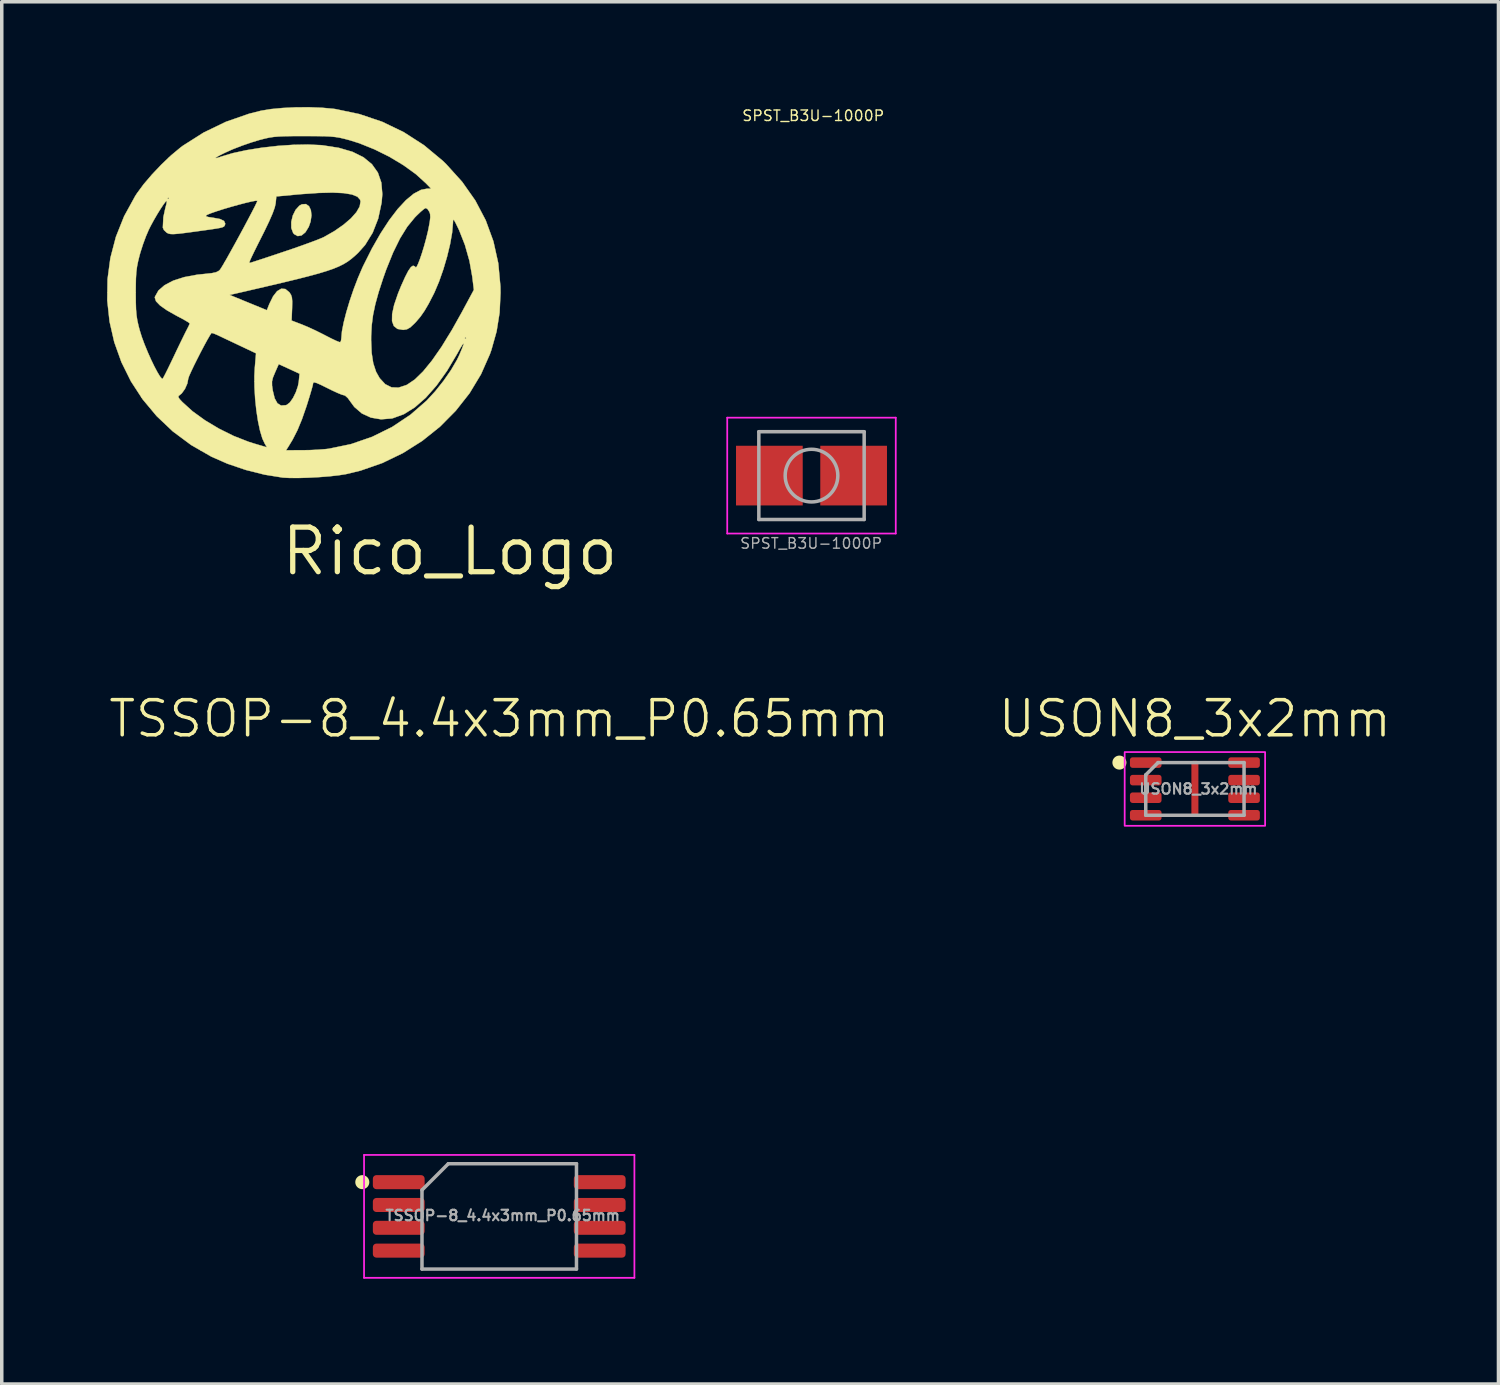
<source format=kicad_pcb>
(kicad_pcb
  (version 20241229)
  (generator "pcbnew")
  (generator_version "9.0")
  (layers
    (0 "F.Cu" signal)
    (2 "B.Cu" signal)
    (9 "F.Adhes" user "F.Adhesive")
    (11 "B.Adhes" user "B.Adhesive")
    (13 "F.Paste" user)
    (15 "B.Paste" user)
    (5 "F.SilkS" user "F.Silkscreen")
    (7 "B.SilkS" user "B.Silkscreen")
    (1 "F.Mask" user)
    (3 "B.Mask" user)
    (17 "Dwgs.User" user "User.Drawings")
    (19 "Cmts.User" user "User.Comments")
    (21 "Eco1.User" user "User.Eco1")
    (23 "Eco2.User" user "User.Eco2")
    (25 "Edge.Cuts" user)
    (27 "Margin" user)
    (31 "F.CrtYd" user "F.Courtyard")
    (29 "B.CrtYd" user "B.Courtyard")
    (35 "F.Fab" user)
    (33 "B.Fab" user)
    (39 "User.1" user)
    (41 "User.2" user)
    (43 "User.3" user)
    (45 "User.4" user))
  (footprint "Rico_Logo"
    (layer "F.Cu")
    (at 9.763 12.653)
    (property "Reference" "Rico_Logo" (at 0 0 0) (layer "F.SilkS") (effects (font (size 1.27 1.27) (thickness 0.15))))
    (attr through_hole)
    (fp_poly (pts (xy -4.013 -9.831) (xy -3.959 -9.718) (xy -3.942 -9.567) (xy -3.967 -9.391) (xy -4.019 -9.243) (xy -4.114 -9.088) (xy -4.223 -8.998) (xy -4.334 -8.979) (xy -4.435 -9.034) (xy -4.464 -9.069) (xy -4.516 -9.209) (xy -4.517 -9.383) (xy -4.474 -9.563) (xy -4.394 -9.726) (xy -4.286 -9.845) (xy -4.215 -9.884) (xy -4.1 -9.891) (xy -4.013 -9.831)) (stroke (width 0.01) (type solid)) (fill yes) (layer "F.SilkS"))
    (fp_poly (pts (xy -3.637 -12.634) (xy -3.313 -12.604) (xy -3.261 -12.597) (xy -2.578 -12.454) (xy -1.928 -12.235) (xy -1.314 -11.939) (xy -0.739 -11.569) (xy -0.207 -11.127) (xy -0.105 -11.028) (xy 0.349 -10.526) (xy 0.725 -9.992) (xy 1.022 -9.427) (xy 1.24 -8.83) (xy 1.379 -8.203) (xy 1.44 -7.544) (xy 1.443 -7.364) (xy 1.416 -6.796) (xy 1.331 -6.264) (xy 1.183 -5.737) (xy 1.14 -5.616) (xy 0.887 -5.043) (xy 0.561 -4.503) (xy 0.168 -4.004) (xy -0.283 -3.549) (xy -0.787 -3.146) (xy -1.336 -2.799) (xy -1.924 -2.515) (xy -2.544 -2.299) (xy -2.963 -2.198) (xy -3.167 -2.166) (xy -3.427 -2.137) (xy -3.72 -2.114) (xy -4.022 -2.098) (xy -4.311 -2.089) (xy -4.564 -2.09) (xy -4.757 -2.1) (xy -4.763 -2.101) (xy -5.278 -2.184) (xy -5.814 -2.319) (xy -6.336 -2.496) (xy -6.791 -2.696) (xy -7.109 -2.879) (xy -4.666 -2.879) (xy -4.206 -2.88) (xy -3.977 -2.884) (xy -3.742 -2.896) (xy -3.537 -2.912) (xy -3.45 -2.922) (xy -2.818 -3.053) (xy -2.215 -3.261) (xy -1.647 -3.541) (xy -1.122 -3.891) (xy -0.664 -4.29) (xy -0.417 -4.558) (xy -0.178 -4.859) (xy 0.036 -5.168) (xy 0.207 -5.462) (xy 0.269 -5.592) (xy 0.347 -5.777) (xy 0.388 -5.888) (xy 0.39 -5.923) (xy 0.356 -5.882) (xy 0.285 -5.765) (xy 0.21 -5.63) (xy -0.08 -5.142) (xy -0.38 -4.722) (xy -0.687 -4.374) (xy -0.998 -4.101) (xy -1.31 -3.906) (xy -1.62 -3.793) (xy -1.653 -3.785) (xy -1.96 -3.76) (xy -2.249 -3.809) (xy -2.507 -3.928) (xy -2.721 -4.112) (xy -2.829 -4.259) (xy -2.907 -4.366) (xy -2.981 -4.433) (xy -3.013 -4.445) (xy -3.079 -4.463) (xy -3.201 -4.513) (xy -3.359 -4.586) (xy -3.49 -4.651) (xy -3.674 -4.742) (xy -3.795 -4.795) (xy -3.864 -4.813) (xy -3.893 -4.8) (xy -3.895 -4.787) (xy -3.907 -4.724) (xy -3.942 -4.596) (xy -3.994 -4.421) (xy -4.058 -4.214) (xy -4.085 -4.129) (xy -4.214 -3.758) (xy -4.342 -3.449) (xy -4.48 -3.179) (xy -4.604 -2.974) (xy -4.666 -2.879) (xy -7.109 -2.879) (xy -7.37 -3.029) (xy -7.891 -3.416) (xy -8.351 -3.852) (xy -8.75 -4.33) (xy -8.788 -4.388) (xy -7.733 -4.388) (xy -7.693 -4.331) (xy -7.618 -4.251) (xy -7.328 -3.988) (xy -6.974 -3.732) (xy -6.576 -3.494) (xy -6.157 -3.286) (xy -5.736 -3.121) (xy -5.588 -3.074) (xy -5.427 -3.026) (xy -5.3 -2.989) (xy -5.227 -2.968) (xy -5.217 -2.966) (xy -5.228 -2.994) (xy -5.269 -3.061) (xy -5.341 -3.215) (xy -5.407 -3.436) (xy -5.465 -3.71) (xy -5.512 -4.018) (xy -5.546 -4.346) (xy -5.565 -4.676) (xy -5.567 -4.838) (xy -5.066 -4.838) (xy -5.065 -4.723) (xy -5.044 -4.578) (xy -4.99 -4.358) (xy -4.912 -4.217) (xy -4.808 -4.153) (xy -4.674 -4.162) (xy -4.641 -4.174) (xy -4.556 -4.241) (xy -4.467 -4.368) (xy -4.387 -4.53) (xy -4.328 -4.703) (xy -4.304 -4.826) (xy -4.281 -5.059) (xy -4.577 -5.196) (xy -4.874 -5.332) (xy -4.981 -5.09) (xy -5.04 -4.947) (xy -5.066 -4.838) (xy -5.567 -4.838) (xy -5.568 -4.993) (xy -5.556 -5.222) (xy -5.521 -5.64) (xy -6.009 -5.871) (xy -6.209 -5.966) (xy -6.394 -6.053) (xy -6.543 -6.124) (xy -6.636 -6.168) (xy -6.637 -6.168) (xy -6.732 -6.207) (xy -6.786 -6.22) (xy -6.79 -6.218) (xy -6.837 -6.147) (xy -6.91 -6.021) (xy -7 -5.856) (xy -7.1 -5.666) (xy -7.2 -5.469) (xy -7.294 -5.281) (xy -7.372 -5.116) (xy -7.427 -4.992) (xy -7.45 -4.925) (xy -7.451 -4.921) (xy -7.478 -4.779) (xy -7.546 -4.625) (xy -7.636 -4.5) (xy -7.677 -4.465) (xy -7.726 -4.426) (xy -7.733 -4.388) (xy -8.788 -4.388) (xy -9.085 -4.844) (xy -9.355 -5.389) (xy -9.559 -5.959) (xy -9.693 -6.546) (xy -9.758 -7.146) (xy -9.755 -7.366) (xy -8.947 -7.366) (xy -8.945 -7.099) (xy -8.939 -6.894) (xy -8.925 -6.728) (xy -8.902 -6.577) (xy -8.867 -6.42) (xy -8.832 -6.29) (xy -8.775 -6.107) (xy -8.698 -5.899) (xy -8.608 -5.68) (xy -8.512 -5.464) (xy -8.416 -5.265) (xy -8.327 -5.098) (xy -8.252 -4.976) (xy -8.198 -4.915) (xy -8.185 -4.911) (xy -8.161 -4.947) (xy -8.108 -5.047) (xy -8.032 -5.199) (xy -7.94 -5.389) (xy -7.87 -5.535) (xy -7.764 -5.759) (xy -7.663 -5.968) (xy -7.577 -6.144) (xy -7.514 -6.271) (xy -7.492 -6.313) (xy -7.44 -6.415) (xy -7.411 -6.482) (xy -7.408 -6.491) (xy -7.443 -6.52) (xy -7.538 -6.577) (xy -7.676 -6.653) (xy -7.779 -6.707) (xy -8.057 -6.864) (xy -8.253 -7.002) (xy -8.369 -7.122) (xy -8.404 -7.226) (xy -8.399 -7.253) (xy -8.3 -7.429) (xy -8.124 -7.582) (xy -7.878 -7.71) (xy -7.567 -7.81) (xy -7.197 -7.879) (xy -6.965 -7.903) (xy -6.78 -7.923) (xy -6.659 -7.949) (xy -6.582 -7.988) (xy -6.549 -8.019) (xy -6.51 -8.077) (xy -6.44 -8.193) (xy -6.425 -8.219) (xy -5.71 -8.219) (xy -5.7 -8.213) (xy -5.7 -8.213) (xy -5.658 -8.226) (xy -5.546 -8.262) (xy -5.377 -8.317) (xy -5.161 -8.388) (xy -4.91 -8.472) (xy -4.737 -8.53) (xy -4.456 -8.625) (xy -4.189 -8.719) (xy -3.953 -8.805) (xy -3.76 -8.878) (xy -3.627 -8.933) (xy -3.586 -8.952) (xy -3.286 -9.123) (xy -3.028 -9.303) (xy -2.817 -9.484) (xy -2.662 -9.659) (xy -2.569 -9.821) (xy -2.544 -9.962) (xy -2.556 -10.014) (xy -2.633 -10.101) (xy -2.79 -10.164) (xy -3.026 -10.203) (xy -3.342 -10.218) (xy -3.738 -10.208) (xy -4.215 -10.175) (xy -4.324 -10.166) (xy -4.943 -10.108) (xy -4.962 -9.911) (xy -4.988 -9.794) (xy -5.048 -9.627) (xy -5.146 -9.402) (xy -5.284 -9.114) (xy -5.348 -8.987) (xy -5.48 -8.725) (xy -5.577 -8.529) (xy -5.644 -8.39) (xy -5.686 -8.299) (xy -5.706 -8.245) (xy -5.71 -8.219) (xy -6.425 -8.219) (xy -6.346 -8.357) (xy -6.235 -8.556) (xy -6.112 -8.778) (xy -5.985 -9.011) (xy -5.859 -9.244) (xy -5.742 -9.464) (xy -5.639 -9.66) (xy -5.557 -9.819) (xy -5.503 -9.931) (xy -5.483 -9.982) (xy -5.483 -9.984) (xy -5.534 -9.985) (xy -5.649 -9.964) (xy -5.812 -9.926) (xy -6.008 -9.875) (xy -6.219 -9.816) (xy -6.431 -9.754) (xy -6.626 -9.692) (xy -6.789 -9.636) (xy -6.904 -9.59) (xy -6.94 -9.57) (xy -6.948 -9.545) (xy -6.882 -9.522) (xy -6.74 -9.501) (xy -6.546 -9.465) (xy -6.432 -9.41) (xy -6.398 -9.333) (xy -6.407 -9.294) (xy -6.419 -9.268) (xy -6.439 -9.248) (xy -6.48 -9.229) (xy -6.551 -9.211) (xy -6.665 -9.191) (xy -6.831 -9.166) (xy -7.062 -9.134) (xy -7.295 -9.102) (xy -7.548 -9.068) (xy -7.732 -9.046) (xy -7.86 -9.036) (xy -7.947 -9.037) (xy -8.007 -9.048) (xy -8.053 -9.069) (xy -8.067 -9.078) (xy -8.144 -9.151) (xy -8.175 -9.219) (xy -8.16 -9.518) (xy -8.105 -9.772) (xy -8.074 -9.889) (xy -8.061 -9.967) (xy -8.064 -9.983) (xy -8.095 -9.961) (xy -8.157 -9.879) (xy -8.24 -9.754) (xy -8.336 -9.599) (xy -8.434 -9.43) (xy -8.525 -9.262) (xy -8.577 -9.157) (xy -8.656 -8.973) (xy -8.74 -8.746) (xy -8.814 -8.515) (xy -8.836 -8.437) (xy -8.88 -8.26) (xy -8.911 -8.105) (xy -8.931 -7.947) (xy -8.942 -7.765) (xy -8.946 -7.534) (xy -8.947 -7.366) (xy -9.755 -7.366) (xy -9.75 -7.751) (xy -9.669 -8.357) (xy -9.512 -8.957) (xy -9.278 -9.544) (xy -8.998 -10.054) (xy -8.043 -10.054) (xy -8.022 -10.033) (xy -8.001 -10.054) (xy -8.022 -10.075) (xy -8.043 -10.054) (xy -8.998 -10.054) (xy -8.966 -10.113) (xy -8.91 -10.2) (xy -8.721 -10.456) (xy -8.482 -10.736) (xy -8.214 -11.018) (xy -8.019 -11.204) (xy -6.676 -11.204) (xy -6.654 -11.199) (xy -6.565 -11.225) (xy -6.519 -11.241) (xy -6.189 -11.34) (xy -5.797 -11.425) (xy -5.365 -11.495) (xy -4.914 -11.547) (xy -4.466 -11.578) (xy -4.044 -11.586) (xy -3.669 -11.569) (xy -3.621 -11.564) (xy -3.161 -11.492) (xy -2.774 -11.379) (xy -2.461 -11.224) (xy -2.22 -11.026) (xy -2.05 -10.786) (xy -1.952 -10.502) (xy -1.924 -10.174) (xy -1.944 -9.933) (xy -2.041 -9.478) (xy -2.199 -9.074) (xy -2.414 -8.725) (xy -2.612 -8.503) (xy -2.714 -8.408) (xy -2.814 -8.324) (xy -2.917 -8.248) (xy -3.032 -8.179) (xy -3.165 -8.113) (xy -3.323 -8.048) (xy -3.513 -7.983) (xy -3.743 -7.913) (xy -4.02 -7.838) (xy -4.35 -7.754) (xy -4.742 -7.659) (xy -5.201 -7.551) (xy -5.735 -7.427) (xy -5.772 -7.418) (xy -6.273 -7.303) (xy -5.742 -7.085) (xy -5.212 -6.868) (xy -5.143 -7.043) (xy -5.035 -7.263) (xy -4.921 -7.409) (xy -4.803 -7.48) (xy -4.686 -7.472) (xy -4.576 -7.382) (xy -4.571 -7.377) (xy -4.525 -7.307) (xy -4.499 -7.229) (xy -4.49 -7.118) (xy -4.493 -6.952) (xy -4.494 -6.917) (xy -4.508 -6.573) (xy -4.212 -6.46) (xy -4.037 -6.387) (xy -3.825 -6.289) (xy -3.612 -6.183) (xy -3.535 -6.143) (xy -3.373 -6.06) (xy -3.238 -5.996) (xy -3.149 -5.961) (xy -3.122 -5.957) (xy -3.098 -6.007) (xy -3.097 -6.017) (xy -2.243 -6.017) (xy -2.228 -5.653) (xy -2.182 -5.357) (xy -2.102 -5.114) (xy -2 -4.933) (xy -1.841 -4.761) (xy -1.662 -4.671) (xy -1.462 -4.663) (xy -1.238 -4.736) (xy -1.215 -4.748) (xy -0.999 -4.894) (xy -0.764 -5.123) (xy -0.51 -5.434) (xy -0.236 -5.827) (xy -0.084 -6.075) (xy 0.423 -6.075) (xy 0.445 -6.054) (xy 0.466 -6.075) (xy 0.445 -6.096) (xy 0.423 -6.075) (xy -0.084 -6.075) (xy 0.056 -6.302) (xy 0.337 -6.804) (xy 0.684 -7.448) (xy 0.638 -7.823) (xy 0.558 -8.272) (xy 0.429 -8.727) (xy 0.264 -9.147) (xy 0.235 -9.207) (xy 0.163 -9.354) (xy 0.12 -9.431) (xy 0.099 -9.447) (xy 0.09 -9.409) (xy 0.088 -9.351) (xy 0.064 -9.075) (xy 0.006 -8.748) (xy -0.08 -8.391) (xy -0.187 -8.028) (xy -0.309 -7.681) (xy -0.44 -7.372) (xy -0.466 -7.32) (xy -0.602 -7.056) (xy -0.722 -6.851) (xy -0.838 -6.684) (xy -0.964 -6.536) (xy -1.01 -6.488) (xy -1.128 -6.378) (xy -1.224 -6.324) (xy -1.327 -6.308) (xy -1.333 -6.308) (xy -1.492 -6.335) (xy -1.596 -6.418) (xy -1.647 -6.558) (xy -1.644 -6.758) (xy -1.587 -7.019) (xy -1.477 -7.342) (xy -1.39 -7.556) (xy -1.276 -7.81) (xy -1.184 -7.988) (xy -1.109 -8.095) (xy -1.048 -8.136) (xy -0.996 -8.115) (xy -0.974 -8.087) (xy -0.949 -8.1) (xy -0.908 -8.181) (xy -0.855 -8.316) (xy -0.796 -8.49) (xy -0.735 -8.689) (xy -0.677 -8.9) (xy -0.626 -9.108) (xy -0.608 -9.193) (xy -0.572 -9.386) (xy -0.557 -9.517) (xy -0.563 -9.609) (xy -0.583 -9.669) (xy -0.636 -9.749) (xy -0.686 -9.779) (xy -0.738 -9.75) (xy -0.83 -9.673) (xy -0.946 -9.562) (xy -0.999 -9.508) (xy -1.214 -9.245) (xy -1.419 -8.914) (xy -1.617 -8.511) (xy -1.811 -8.031) (xy -1.902 -7.774) (xy -2.03 -7.379) (xy -2.124 -7.038) (xy -2.188 -6.732) (xy -2.226 -6.44) (xy -2.242 -6.141) (xy -2.243 -6.017) (xy -3.097 -6.017) (xy -3.09 -6.079) (xy -3.073 -6.269) (xy -3.024 -6.519) (xy -2.949 -6.812) (xy -2.853 -7.133) (xy -2.741 -7.463) (xy -2.617 -7.787) (xy -2.488 -8.088) (xy -2.463 -8.14) (xy -2.22 -8.624) (xy -1.973 -9.056) (xy -1.727 -9.433) (xy -1.485 -9.75) (xy -1.251 -10.002) (xy -1.029 -10.186) (xy -0.821 -10.296) (xy -0.65 -10.329) (xy -0.534 -10.329) (xy -0.68 -10.481) (xy -0.969 -10.743) (xy -1.324 -10.999) (xy -1.723 -11.239) (xy -2.149 -11.45) (xy -2.581 -11.624) (xy -2.862 -11.712) (xy -3.01 -11.751) (xy -3.138 -11.781) (xy -3.264 -11.801) (xy -3.404 -11.815) (xy -3.575 -11.823) (xy -3.792 -11.826) (xy -4.075 -11.827) (xy -4.149 -11.827) (xy -4.45 -11.827) (xy -4.682 -11.823) (xy -4.864 -11.816) (xy -5.011 -11.804) (xy -5.14 -11.785) (xy -5.267 -11.757) (xy -5.41 -11.72) (xy -5.419 -11.718) (xy -5.65 -11.648) (xy -5.911 -11.558) (xy -6.155 -11.464) (xy -6.219 -11.437) (xy -6.401 -11.355) (xy -6.542 -11.286) (xy -6.636 -11.234) (xy -6.676 -11.204) (xy -8.019 -11.204) (xy -7.938 -11.28) (xy -7.674 -11.5) (xy -7.602 -11.554) (xy -7.009 -11.93) (xy -6.376 -12.235) (xy -5.714 -12.465) (xy -5.376 -12.55) (xy -5.096 -12.596) (xy -4.757 -12.628) (xy -4.384 -12.646) (xy -4.002 -12.648) (xy -3.637 -12.634)) (stroke (width 0.01) (type solid)) (fill yes) (layer "F.SilkS")))
  (footprint "SPST_B3U-1000P"
    (layer "F.Cu")
    (at 20.063 10.496)
    (property "Reference" "SPST_B3U-1000P" (at 0.05 -10.25 0) (unlocked yes) (layer "F.SilkS") (effects (font (size 0.3 0.3) (thickness 0.04))))
    (attr smd)
    (fp_line (start -2.4 -1.65) (end -2.4 1.65) (stroke (width 0.05) (type solid)) (layer "F.CrtYd"))
    (fp_line (start -2.4 1.65) (end 2.4 1.65) (stroke (width 0.05) (type solid)) (layer "F.CrtYd"))
    (fp_line (start 2.4 -1.65) (end -2.4 -1.65) (stroke (width 0.05) (type solid)) (layer "F.CrtYd"))
    (fp_line (start 2.4 1.65) (end 2.4 -1.65) (stroke (width 0.05) (type solid)) (layer "F.CrtYd"))
    (fp_line (start -1.5 -1.25) (end 1.5 -1.25) (stroke (width 0.1) (type solid)) (layer "F.Fab"))
    (fp_line (start -1.5 1.25) (end -1.5 -1.25) (stroke (width 0.1) (type solid)) (layer "F.Fab"))
    (fp_line (start 1.5 -1.25) (end 1.5 1.25) (stroke (width 0.1) (type solid)) (layer "F.Fab"))
    (fp_line (start 1.5 1.25) (end -1.5 1.25) (stroke (width 0.1) (type solid)) (layer "F.Fab"))
    (fp_circle (center 0 0) (end 0.75 0) (stroke (width 0.1) (type solid)) (fill no) (layer "F.Fab"))
    (fp_text user "${REFERENCE}" (at -0.01 1.93 0) (unlocked yes) (layer "F.Fab") (effects (font (size 0.3 0.3) (thickness 0.04))))
    (pad "1" smd rect (at -1.2 0) (size 1.9 1.7) (layers "F.Cu" "F.Mask" "F.Paste"))
    (pad "2" smd rect (at 1.2 0) (size 1.9 1.7) (layers "F.Cu" "F.Mask" "F.Paste")))
  (footprint "USON8_3x2mm"
    (layer "F.Cu")
    (at 30.983 19.42)
    (property "Reference" "USON8_3x2mm" (at 0 -2 0) (unlocked yes) (layer "F.SilkS") (effects (font (size 1 1) (thickness 0.1))))
    (attr smd)
    (fp_circle (center -2.15 -0.75) (end -2 -0.75) (stroke (width 0.1) (type solid)) (fill yes) (layer "F.SilkS"))
    (fp_rect (start -2 -1.05) (end 2 1.05) (stroke (width 0.05) (type solid)) (fill no) (layer "F.CrtYd"))
    (fp_line (start -1.4 -0.4) (end -1.4 0.75) (stroke (width 0.1) (type solid)) (layer "F.Fab"))
    (fp_line (start -1.4 0.75) (end 1.4 0.75) (stroke (width 0.1) (type solid)) (layer "F.Fab"))
    (fp_line (start -1.05 -0.75) (end -1.4 -0.4) (stroke (width 0.1) (type solid)) (layer "F.Fab"))
    (fp_line (start 1.4 -0.75) (end -1.05 -0.75) (stroke (width 0.1) (type solid)) (layer "F.Fab"))
    (fp_line (start 1.4 0.75) (end 1.4 -0.75) (stroke (width 0.1) (type solid)) (layer "F.Fab"))
    (fp_text user "${REFERENCE}" (at 0.1 0 0) (unlocked yes) (layer "F.Fab") (effects (font (size 0.3 0.3) (thickness 0.06))))
    (pad "1" smd roundrect (at -1.4 -0.75) (size 0.9 0.3) (layers "F.Cu" "F.Mask" "F.Paste") (roundrect_rratio 0.25))
    (pad "2" smd roundrect (at -1.4 -0.25) (size 0.9 0.3) (layers "F.Cu" "F.Mask" "F.Paste") (roundrect_rratio 0.25))
    (pad "3" smd roundrect (at -1.4 0.25) (size 0.9 0.3) (layers "F.Cu" "F.Mask" "F.Paste") (roundrect_rratio 0.25))
    (pad "4" smd roundrect (at -1.4 0.75) (size 0.9 0.3) (layers "F.Cu" "F.Mask" "F.Paste") (roundrect_rratio 0.25))
    (pad "5" smd roundrect (at 1.4 0.75) (size 0.9 0.3) (layers "F.Cu" "F.Mask" "F.Paste") (roundrect_rratio 0.25))
    (pad "6" smd roundrect (at 1.4 0.25) (size 0.9 0.3) (layers "F.Cu" "F.Mask" "F.Paste") (roundrect_rratio 0.25))
    (pad "7" smd roundrect (at 1.4 -0.25) (size 0.9 0.3) (layers "F.Cu" "F.Mask" "F.Paste") (roundrect_rratio 0.25))
    (pad "8" smd roundrect (at 1.4 -0.75) (size 0.9 0.3) (layers "F.Cu" "F.Mask" "F.Paste") (roundrect_rratio 0.25))
    (pad "9" smd roundrect (at 0 0) (size 0.2 1.6) (layers "F.Cu" "F.Mask" "F.Paste") (roundrect_rratio 0.25)))
  (footprint "TSSOP-8_4.4x3mm_P0.65mm"
    (layer "F.Cu")
    (at 11.169 31.57)
    (property "Reference" "TSSOP-8_4.4x3mm_P0.65mm" (at 0 -14.15 0) (unlocked yes) (layer "F.SilkS") (effects (font (size 1 1) (thickness 0.1))))
    (attr smd)
    (fp_circle (center -3.9 -0.95) (end -3.75 -0.95) (stroke (width 0.1) (type solid)) (fill yes) (layer "F.SilkS"))
    (fp_line (start -3.85 -1.725) (end -3.85 1.775) (stroke (width 0.05) (type solid)) (layer "F.CrtYd"))
    (fp_line (start -3.85 1.775) (end 3.85 1.775) (stroke (width 0.05) (type solid)) (layer "F.CrtYd"))
    (fp_line (start 3.85 -1.725) (end -3.85 -1.725) (stroke (width 0.05) (type solid)) (layer "F.CrtYd"))
    (fp_line (start 3.85 1.775) (end 3.85 -1.725) (stroke (width 0.05) (type solid)) (layer "F.CrtYd"))
    (fp_line (start -2.2 -0.725) (end -1.45 -1.475) (stroke (width 0.1) (type solid)) (layer "F.Fab"))
    (fp_line (start -2.2 1.525) (end -2.2 -0.725) (stroke (width 0.1) (type solid)) (layer "F.Fab"))
    (fp_line (start -1.45 -1.475) (end 2.2 -1.475) (stroke (width 0.1) (type solid)) (layer "F.Fab"))
    (fp_line (start 2.2 -1.475) (end 2.2 1.525) (stroke (width 0.1) (type solid)) (layer "F.Fab"))
    (fp_line (start 2.2 1.525) (end -2.2 1.525) (stroke (width 0.1) (type solid)) (layer "F.Fab"))
    (fp_text user "${REFERENCE}" (at 0.1 0 0) (unlocked yes) (layer "F.Fab") (effects (font (size 0.3 0.3) (thickness 0.06))))
    (pad "1" smd roundrect (at -2.862 -0.95) (size 1.475 0.4) (layers "F.Cu" "F.Mask" "F.Paste") (roundrect_rratio 0.25))
    (pad "2" smd roundrect (at -2.862 -0.3) (size 1.475 0.4) (layers "F.Cu" "F.Mask" "F.Paste") (roundrect_rratio 0.25))
    (pad "3" smd roundrect (at -2.862 0.35) (size 1.475 0.4) (layers "F.Cu" "F.Mask" "F.Paste") (roundrect_rratio 0.25))
    (pad "4" smd roundrect (at -2.862 1) (size 1.475 0.4) (layers "F.Cu" "F.Mask" "F.Paste") (roundrect_rratio 0.25))
    (pad "5" smd roundrect (at 2.862 1) (size 1.475 0.4) (layers "F.Cu" "F.Mask" "F.Paste") (roundrect_rratio 0.25))
    (pad "6" smd roundrect (at 2.862 0.35) (size 1.475 0.4) (layers "F.Cu" "F.Mask" "F.Paste") (roundrect_rratio 0.25))
    (pad "7" smd roundrect (at 2.862 -0.3) (size 1.475 0.4) (layers "F.Cu" "F.Mask" "F.Paste") (roundrect_rratio 0.25))
    (pad "8" smd roundrect (at 2.862 -0.95) (size 1.475 0.4) (layers "F.Cu" "F.Mask" "F.Paste") (roundrect_rratio 0.25)))
  (gr_rect
    (start -3 -3)
    (end 39.629 36.37)
    (stroke (width 0.1) (type default))
    (fill no)
    (layer "Edge.Cuts")))
</source>
